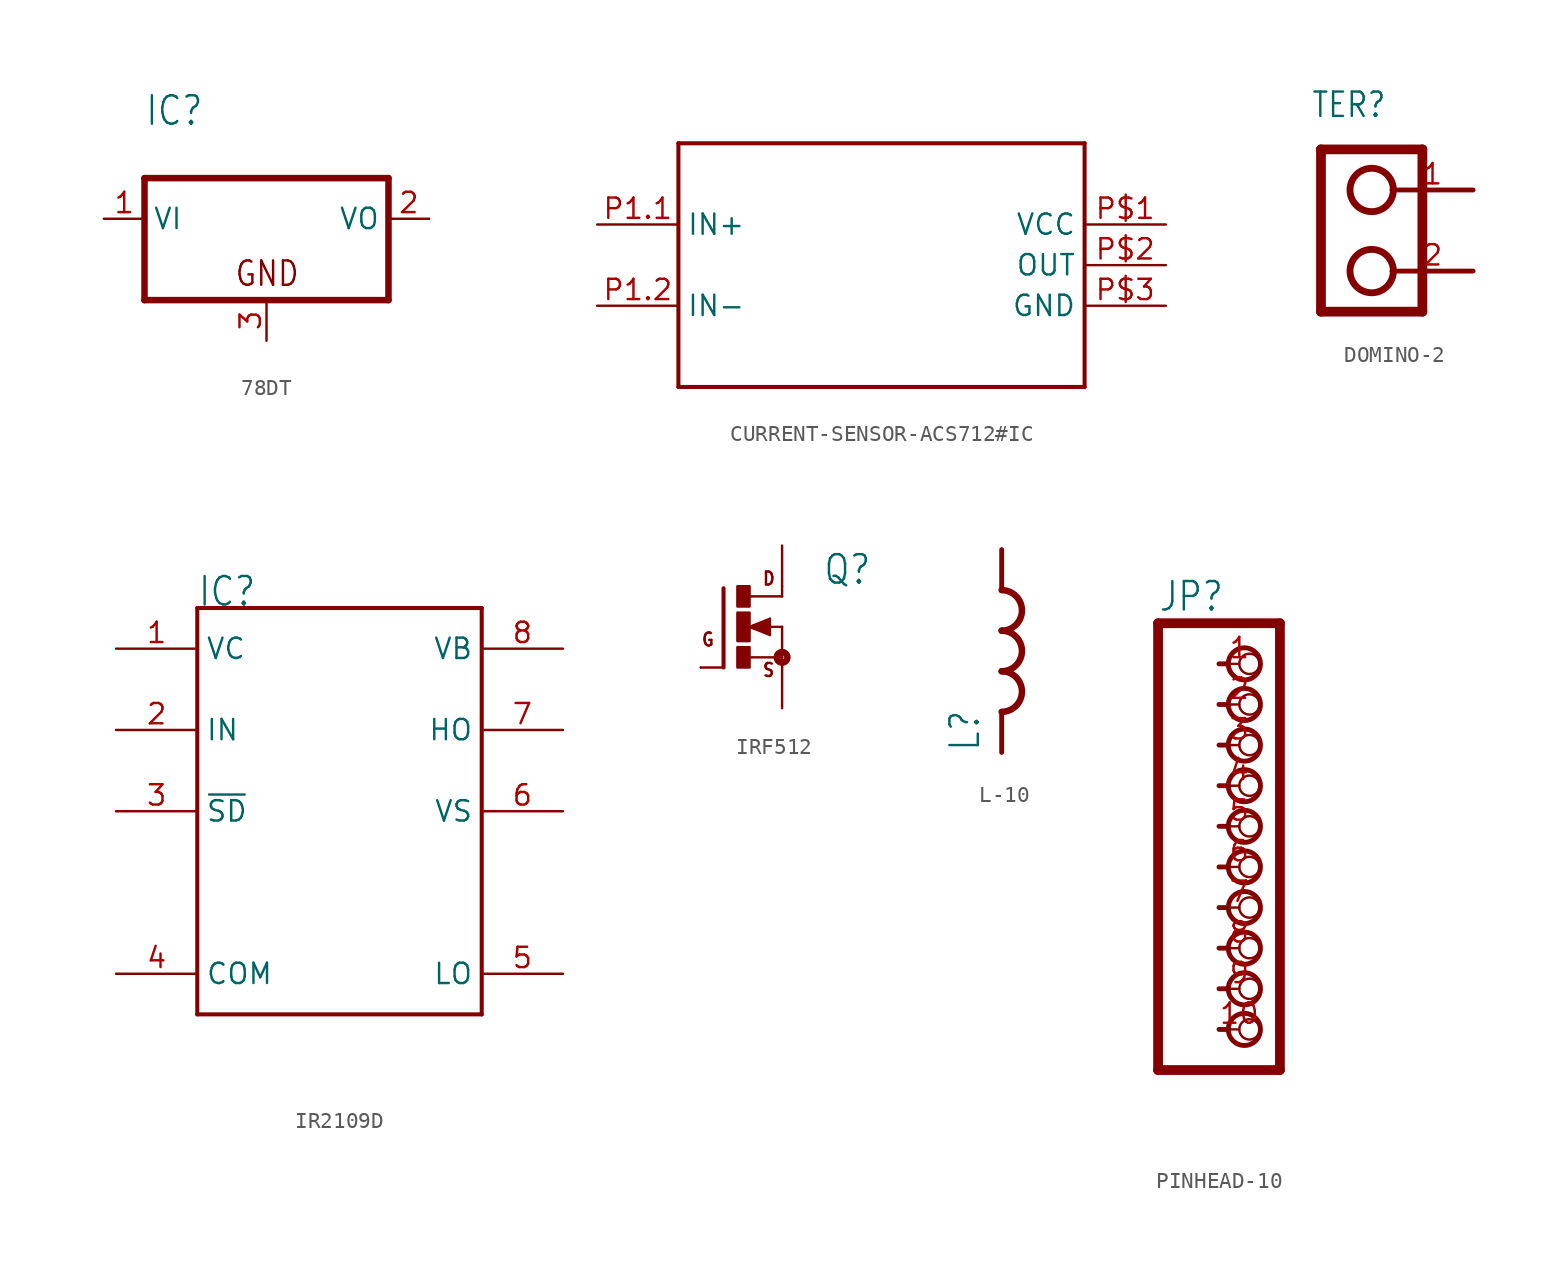
<source format=kicad_sym>
(kicad_symbol_lib
  (version 20220914)
  (generator kicad_symbol_editor)
  (symbol "78DT"
    (property "Reference" "IC"
      (at -7.62 5.715 0)
      (effects (font (size 1.778 1.511)) (justify left bottom)))
    (property "Value" ""
      (at -7.62 3.175 0)
      (effects (font (size 1.778 1.511)) (justify left bottom)))
    (property "ki_locked" ""
      (at 0 0 0)
      (effects (font (size 1.27 1.27))))
    (symbol "78DT_1_0"
      (polyline (pts (xy -7.62 -5.08) (xy 7.62 -5.08)) (stroke (width 0.406) (type solid)) (fill (type none)))
      (polyline (pts (xy -7.62 2.54) (xy -7.62 -5.08)) (stroke (width 0.406) (type solid)) (fill (type none)))
      (polyline (pts (xy 7.62 -5.08) (xy 7.62 2.54)) (stroke (width 0.406) (type solid)) (fill (type none)))
      (polyline (pts (xy 7.62 2.54) (xy -7.62 2.54)) (stroke (width 0.406) (type solid)) (fill (type none)))
      (text "GND" (at -2.032 -4.318 0) (effects (font (size 1.524 1.295)) (justify left bottom)))
      (pin input line (at -10.16 0 0) (length 2.54) (name "VI" (effects (font (size 1.27 1.27)))) (number "1" (effects (font (size 1.27 1.27)))))
      (pin passive line (at 10.16 0 180) (length 2.54) (name "VO" (effects (font (size 1.27 1.27)))) (number "2" (effects (font (size 1.27 1.27)))))
      (pin passive line (at 0 -7.62 90) (length 2.54) (name "GND" (effects (font (size 0 0)))) (number "3" (effects (font (size 1.27 1.27)))))))
  (symbol "CURRENT-SENSOR-ACS712#IC"
    (property "Reference" ""
      (at -12.7 12.7 0)
      (effects (font (size 1.778 1.511)) (justify left bottom) hide))
    (property "Value" ""
      (at -12.7 10.16 0)
      (effects (font (size 1.778 1.511)) (justify left bottom)))
    (property "ki_locked" ""
      (at 0 0 0)
      (effects (font (size 1.27 1.27))))
    (symbol "CURRENT-SENSOR-ACS712#IC_1_0"
      (polyline (pts (xy -12.7 7.62) (xy -12.7 -7.62)) (stroke (width 0.254) (type solid)) (fill (type none)))
      (polyline (pts (xy -12.7 7.62) (xy 12.7 7.62)) (stroke (width 0.254) (type solid)) (fill (type none)))
      (polyline (pts (xy 12.7 -7.62) (xy -12.7 -7.62)) (stroke (width 0.254) (type solid)) (fill (type none)))
      (polyline (pts (xy 12.7 7.62) (xy 12.7 -7.62)) (stroke (width 0.254) (type solid)) (fill (type none)))
      (pin power_in line (at 17.78 2.54 180) (length 5.08) (name "VCC" (effects (font (size 1.27 1.27)))) (number "P$1" (effects (font (size 1.27 1.27)))))
      (pin output line (at 17.78 0 180) (length 5.08) (name "OUT" (effects (font (size 1.27 1.27)))) (number "P$2" (effects (font (size 1.27 1.27)))))
      (pin power_in line (at 17.78 -2.54 180) (length 5.08) (name "GND" (effects (font (size 1.27 1.27)))) (number "P$3" (effects (font (size 1.27 1.27)))))
      (pin bidirectional line (at -17.78 2.54 0) (length 5.08) (name "IN+" (effects (font (size 1.27 1.27)))) (number "P1.1" (effects (font (size 1.27 1.27)))))
      (pin bidirectional line (at -17.78 -2.54 0) (length 5.08) (name "IN-" (effects (font (size 1.27 1.27)))) (number "P1.2" (effects (font (size 1.27 1.27)))))))
  (symbol "DOMINO-2"
    (property "Reference" "TER"
      (at -2.54 6.985 0)
      (effects (font (size 1.524 1.295)) (justify left bottom)))
    (property "ki_locked" ""
      (at 0 0 0)
      (effects (font (size 1.27 1.27))))
    (symbol "DOMINO-2_1_0"
      (polyline (pts (xy -1.905 -5.08) (xy -1.905 5.08)) (stroke (width 0.61) (type solid)) (fill (type none)))
      (polyline (pts (xy -1.905 5.08) (xy 4.445 5.08)) (stroke (width 0.61) (type solid)) (fill (type none)))
      (polyline (pts (xy 4.445 -5.08) (xy -1.905 -5.08)) (stroke (width 0.61) (type solid)) (fill (type none)))
      (polyline (pts (xy 4.445 5.08) (xy 4.445 -5.08)) (stroke (width 0.61) (type solid)) (fill (type none)))
      (polyline (pts (xy 7.62 -2.54) (xy 2.54 -2.54)) (stroke (width 0.305) (type solid)) (fill (type none)))
      (polyline (pts (xy 7.62 2.54) (xy 2.54 2.54)) (stroke (width 0.305) (type solid)) (fill (type none)))
      (circle (center 1.27 -2.54) (radius 1.27) (stroke (width 0.254) (type solid)) (fill (type none)))
      (circle (center 1.27 -2.54) (radius 1.42) (stroke (width 0.305) (type solid)) (fill (type none)))
      (circle (center 1.27 2.54) (radius 1.27) (stroke (width 0.254) (type solid)) (fill (type none)))
      (circle (center 1.27 2.54) (radius 1.42) (stroke (width 0.305) (type solid)) (fill (type none)))
      (pin bidirectional line (at 7.62 2.54 180) (length 5.08) (name "1" (effects (font (size 0 0)))) (number "1" (effects (font (size 1.27 1.27)))))
      (pin bidirectional line (at 7.62 -2.54 180) (length 5.08) (name "2" (effects (font (size 0 0)))) (number "2" (effects (font (size 1.27 1.27)))))))
  (symbol "IR2109D"
    (property "Reference" "IC"
      (at -7.62 12.7 0)
      (effects (font (size 1.778 1.511)) (justify left bottom)))
    (property "Value" ""
      (at -7.62 -15.24 0)
      (effects (font (size 1.778 1.511)) (justify left bottom)))
    (property "ki_locked" ""
      (at 0 0 0)
      (effects (font (size 1.27 1.27))))
    (symbol "IR2109D_1_0"
      (polyline (pts (xy -7.62 -12.7) (xy -7.62 12.7)) (stroke (width 0.254) (type solid)) (fill (type none)))
      (polyline (pts (xy -7.62 12.7) (xy 10.16 12.7)) (stroke (width 0.254) (type solid)) (fill (type none)))
      (polyline (pts (xy 10.16 -12.7) (xy -7.62 -12.7)) (stroke (width 0.254) (type solid)) (fill (type none)))
      (polyline (pts (xy 10.16 12.7) (xy 10.16 -12.7)) (stroke (width 0.254) (type solid)) (fill (type none)))
      (pin power_in line (at -12.7 10.16 0) (length 5.08) (name "VC" (effects (font (size 1.27 1.27)))) (number "1" (effects (font (size 1.27 1.27)))))
      (pin input line (at -12.7 5.08 0) (length 5.08) (name "IN" (effects (font (size 1.27 1.27)))) (number "2" (effects (font (size 1.27 1.27)))))
      (pin input line (at -12.7 0 0) (length 5.08) (name "~{SD}" (effects (font (size 1.27 1.27)))) (number "3" (effects (font (size 1.27 1.27)))))
      (pin power_in line (at -12.7 -10.16 0) (length 5.08) (name "COM" (effects (font (size 1.27 1.27)))) (number "4" (effects (font (size 1.27 1.27)))))
      (pin output line (at 15.24 -10.16 180) (length 5.08) (name "LO" (effects (font (size 1.27 1.27)))) (number "5" (effects (font (size 1.27 1.27)))))
      (pin power_in line (at 15.24 0 180) (length 5.08) (name "VS" (effects (font (size 1.27 1.27)))) (number "6" (effects (font (size 1.27 1.27)))))
      (pin output line (at 15.24 5.08 180) (length 5.08) (name "HO" (effects (font (size 1.27 1.27)))) (number "7" (effects (font (size 1.27 1.27)))))
      (pin power_in line (at 15.24 10.16 180) (length 5.08) (name "VB" (effects (font (size 1.27 1.27)))) (number "8" (effects (font (size 1.27 1.27)))))))
  (symbol "IRF512"
    (property "Reference" "Q"
      (at 5.08 2.54 0)
      (effects (font (size 1.778 1.511)) (justify left bottom)))
    (property "Value" ""
      (at 5.08 0 0)
      (effects (font (size 1.778 1.511)) (justify left bottom)))
    (property "ki_locked" ""
      (at 0 0 0)
      (effects (font (size 1.27 1.27))))
    (symbol "IRF512_1_0"
      (rectangle (start -0.254 -2.54) (end 0.508 -1.27) (stroke (width 0) (type default)) (fill (type outline)))
      (rectangle (start -0.254 -0.889) (end 0.508 0.889) (stroke (width 0) (type default)) (fill (type outline)))
      (rectangle (start -0.254 1.27) (end 0.508 2.54) (stroke (width 0) (type default)) (fill (type outline)))
      (polyline (pts (xy -1.118 -2.54) (xy -2.54 -2.54)) (stroke (width 0.152) (type solid)) (fill (type none)))
      (polyline (pts (xy -1.118 2.413) (xy -1.118 -2.54)) (stroke (width 0.254) (type solid)) (fill (type none)))
      (polyline (pts (xy 0.508 -1.905) (xy 2.54 -1.905)) (stroke (width 0.152) (type solid)) (fill (type none)))
      (polyline (pts (xy 0.508 0) (xy 1.778 -0.508)) (stroke (width 0.152) (type solid)) (fill (type none)))
      (polyline (pts (xy 0.762 0) (xy 1.651 -0.254)) (stroke (width 0.305) (type solid)) (fill (type none)))
      (polyline (pts (xy 1.651 -0.254) (xy 1.651 0)) (stroke (width 0.305) (type solid)) (fill (type none)))
      (polyline (pts (xy 1.651 0) (xy 1.397 0)) (stroke (width 0.305) (type solid)) (fill (type none)))
      (polyline (pts (xy 1.651 0) (xy 2.54 0)) (stroke (width 0.152) (type solid)) (fill (type none)))
      (polyline (pts (xy 1.651 0.254) (xy 0.762 0)) (stroke (width 0.305) (type solid)) (fill (type none)))
      (polyline (pts (xy 1.778 -0.508) (xy 1.778 0.508)) (stroke (width 0.152) (type solid)) (fill (type none)))
      (polyline (pts (xy 1.778 0.508) (xy 0.508 0)) (stroke (width 0.152) (type solid)) (fill (type none)))
      (polyline (pts (xy 2.54 -1.905) (xy 2.54 -2.54)) (stroke (width 0.152) (type solid)) (fill (type none)))
      (polyline (pts (xy 2.54 0) (xy 2.54 -1.905)) (stroke (width 0.152) (type solid)) (fill (type none)))
      (polyline (pts (xy 2.54 1.905) (xy 0.533 1.905)) (stroke (width 0.152) (type solid)) (fill (type none)))
      (polyline (pts (xy 2.54 2.54) (xy 2.54 1.905)) (stroke (width 0.152) (type solid)) (fill (type none)))
      (circle (center 2.54 -1.905) (radius 0.127) (stroke (width 0.406) (type solid)) (fill (type none)))
      (text "D" (at 1.27 2.54 0) (effects (font (size 0.813 0.691)) (justify left bottom)))
      (text "G" (at -2.54 -1.27 0) (effects (font (size 0.813 0.691)) (justify left bottom)))
      (text "S" (at 1.27 -3.175 0) (effects (font (size 0.813 0.691)) (justify left bottom)))
      (pin passive line (at 2.54 5.08 270) (length 2.54) (name "D" (effects (font (size 0 0)))) (number "D" (effects (font (size 0 0)))))
      (pin passive line (at -2.54 -2.54 0) (length 0) (name "G" (effects (font (size 0 0)))) (number "G" (effects (font (size 0 0)))))
      (pin passive line (at 2.54 -5.08 90) (length 2.54) (name "S" (effects (font (size 0 0)))) (number "S" (effects (font (size 0 0)))))))
  (symbol "L-10"
    (property "Reference" "L"
      (at -1.27 -5.08 90)
      (effects (font (size 1.778 1.511)) (justify left bottom)))
    (property "Value" ""
      (at 3.81 -5.08 90)
      (effects (font (size 1.778 1.511)) (justify left bottom)))
    (property "ki_locked" ""
      (at 0 0 0)
      (effects (font (size 1.27 1.27))))
    (symbol "L-10_1_0"
      (arc (start 0 -2.54) (mid 1.27 -1.27) (end 0 0) (stroke (width 0.3048) (type solid)) (fill (type none)))
      (arc (start 0 -2.54) (mid 1.27 -1.27) (end 0 0) (stroke (width 0.4064) (type solid)) (fill (type none)))
      (arc (start 0 -2.54) (mid 0.898 -2.168) (end 1.27 -1.27) (stroke (width 0.254) (type solid)) (fill (type none)))
      (polyline (pts (xy 0 -2.54) (xy 0 -5.08)) (stroke (width 0.305) (type solid)) (fill (type none)))
      (polyline (pts (xy 0 7.62) (xy 0 5.08)) (stroke (width 0.305) (type solid)) (fill (type none)))
      (arc (start 0 0) (mid 1.27 1.27) (end 0 2.54) (stroke (width 0.3048) (type solid)) (fill (type none)))
      (arc (start 0 0) (mid 1.27 1.27) (end 0 2.54) (stroke (width 0.4064) (type solid)) (fill (type none)))
      (arc (start 0 0) (mid 0.898 0.372) (end 1.27 1.27) (stroke (width 0.254) (type solid)) (fill (type none)))
      (arc (start 0 2.54) (mid 1.27 3.81) (end 0 5.08) (stroke (width 0.3048) (type solid)) (fill (type none)))
      (arc (start 0 2.54) (mid 1.27 3.81) (end 0 5.08) (stroke (width 0.4064) (type solid)) (fill (type none)))
      (arc (start 0 2.54) (mid 0.898 2.912) (end 1.27 3.81) (stroke (width 0.254) (type solid)) (fill (type none)))
      (arc (start 1.27 -1.27) (mid 0.898 -0.372) (end 0 0) (stroke (width 0.254) (type solid)) (fill (type none)))
      (arc (start 1.27 1.27) (mid 0.898 2.168) (end 0 2.54) (stroke (width 0.254) (type solid)) (fill (type none)))
      (arc (start 1.27 3.81) (mid 0.898 4.708) (end 0 5.08) (stroke (width 0.254) (type solid)) (fill (type none)))
      (pin passive line (at 0 7.62 270) (length 2.54) (name "1" (effects (font (size 0 0)))) (number "1" (effects (font (size 0 0)))))
      (pin passive line (at 0 -5.08 90) (length 2.54) (name "2" (effects (font (size 0 0)))) (number "2" (effects (font (size 0 0)))))))
  (symbol "PINHEAD-10"
    (property "Reference" "JP"
      (at -6.35 13.335 0)
      (effects (font (size 1.778 1.511)) (justify left bottom)))
    (property "Value" ""
      (at -6.35 -17.78 0)
      (effects (font (size 1.778 1.511)) (justify left bottom)))
    (property "ki_locked" ""
      (at 0 0 0)
      (effects (font (size 1.27 1.27))))
    (symbol "PINHEAD-10_1_0"
      (circle (center -0.953 -12.7) (radius 1.004) (stroke (width 0.305) (type solid)) (fill (type none)))
      (circle (center -0.953 -10.16) (radius 1.004) (stroke (width 0.305) (type solid)) (fill (type none)))
      (circle (center -0.953 -7.62) (radius 1.004) (stroke (width 0.305) (type solid)) (fill (type none)))
      (circle (center -0.953 -5.08) (radius 1.004) (stroke (width 0.305) (type solid)) (fill (type none)))
      (circle (center -0.953 -2.54) (radius 1.004) (stroke (width 0.305) (type solid)) (fill (type none)))
      (circle (center -0.953 0) (radius 1.004) (stroke (width 0.305) (type solid)) (fill (type none)))
      (circle (center -0.953 2.54) (radius 1.004) (stroke (width 0.305) (type solid)) (fill (type none)))
      (circle (center -0.953 5.08) (radius 1.004) (stroke (width 0.305) (type solid)) (fill (type none)))
      (circle (center -0.953 7.62) (radius 1.004) (stroke (width 0.305) (type solid)) (fill (type none)))
      (circle (center -0.953 10.16) (radius 1.004) (stroke (width 0.305) (type solid)) (fill (type none)))
      (polyline (pts (xy -6.35 -15.24) (xy 1.27 -15.24)) (stroke (width 0.61) (type solid)) (fill (type none)))
      (polyline (pts (xy -6.35 12.7) (xy -6.35 -15.24)) (stroke (width 0.61) (type solid)) (fill (type none)))
      (polyline (pts (xy -2.54 -12.7) (xy -2.064 -12.7)) (stroke (width 0.305) (type solid)) (fill (type none)))
      (polyline (pts (xy -2.54 -10.16) (xy -2.064 -10.16)) (stroke (width 0.305) (type solid)) (fill (type none)))
      (polyline (pts (xy -2.54 -7.62) (xy -2.064 -7.62)) (stroke (width 0.305) (type solid)) (fill (type none)))
      (polyline (pts (xy -2.54 -5.08) (xy -2.064 -5.08)) (stroke (width 0.305) (type solid)) (fill (type none)))
      (polyline (pts (xy -2.54 -2.54) (xy -2.064 -2.54)) (stroke (width 0.305) (type solid)) (fill (type none)))
      (polyline (pts (xy -2.54 0) (xy -2.064 0)) (stroke (width 0.305) (type solid)) (fill (type none)))
      (polyline (pts (xy -2.54 2.54) (xy -2.064 2.54)) (stroke (width 0.305) (type solid)) (fill (type none)))
      (polyline (pts (xy -2.54 5.08) (xy -2.064 5.08)) (stroke (width 0.305) (type solid)) (fill (type none)))
      (polyline (pts (xy -2.54 7.62) (xy -2.064 7.62)) (stroke (width 0.305) (type solid)) (fill (type none)))
      (polyline (pts (xy -2.54 10.16) (xy -2.064 10.16)) (stroke (width 0.305) (type solid)) (fill (type none)))
      (polyline (pts (xy 1.27 -15.24) (xy 1.27 12.7)) (stroke (width 0.61) (type solid)) (fill (type none)))
      (polyline (pts (xy 1.27 12.7) (xy -6.35 12.7)) (stroke (width 0.61) (type solid)) (fill (type none)))
      (pin passive inverted (at -2.54 10.16 0) (length 2.54) (name "1" (effects (font (size 0 0)))) (number "1" (effects (font (size 1.27 1.27)))))
      (pin passive inverted (at -2.54 -12.7 0) (length 2.54) (name "10" (effects (font (size 0 0)))) (number "10" (effects (font (size 1.27 1.27)))))
      (pin passive inverted (at -2.54 7.62 0) (length 2.54) (name "2" (effects (font (size 0 0)))) (number "2" (effects (font (size 1.27 1.27)))))
      (pin passive inverted (at -2.54 5.08 0) (length 2.54) (name "3" (effects (font (size 0 0)))) (number "3" (effects (font (size 1.27 1.27)))))
      (pin passive inverted (at -2.54 2.54 0) (length 2.54) (name "4" (effects (font (size 0 0)))) (number "4" (effects (font (size 1.27 1.27)))))
      (pin passive inverted (at -2.54 0 0) (length 2.54) (name "5" (effects (font (size 0 0)))) (number "5" (effects (font (size 1.27 1.27)))))
      (pin passive inverted (at -2.54 -2.54 0) (length 2.54) (name "6" (effects (font (size 0 0)))) (number "6" (effects (font (size 1.27 1.27)))))
      (pin passive inverted (at -2.54 -5.08 0) (length 2.54) (name "7" (effects (font (size 0 0)))) (number "7" (effects (font (size 1.27 1.27)))))
      (pin passive inverted (at -2.54 -7.62 0) (length 2.54) (name "8" (effects (font (size 0 0)))) (number "8" (effects (font (size 1.27 1.27)))))
      (pin passive inverted (at -2.54 -10.16 0) (length 2.54) (name "9" (effects (font (size 0 0)))) (number "9" (effects (font (size 1.27 1.27))))))))
</source>
